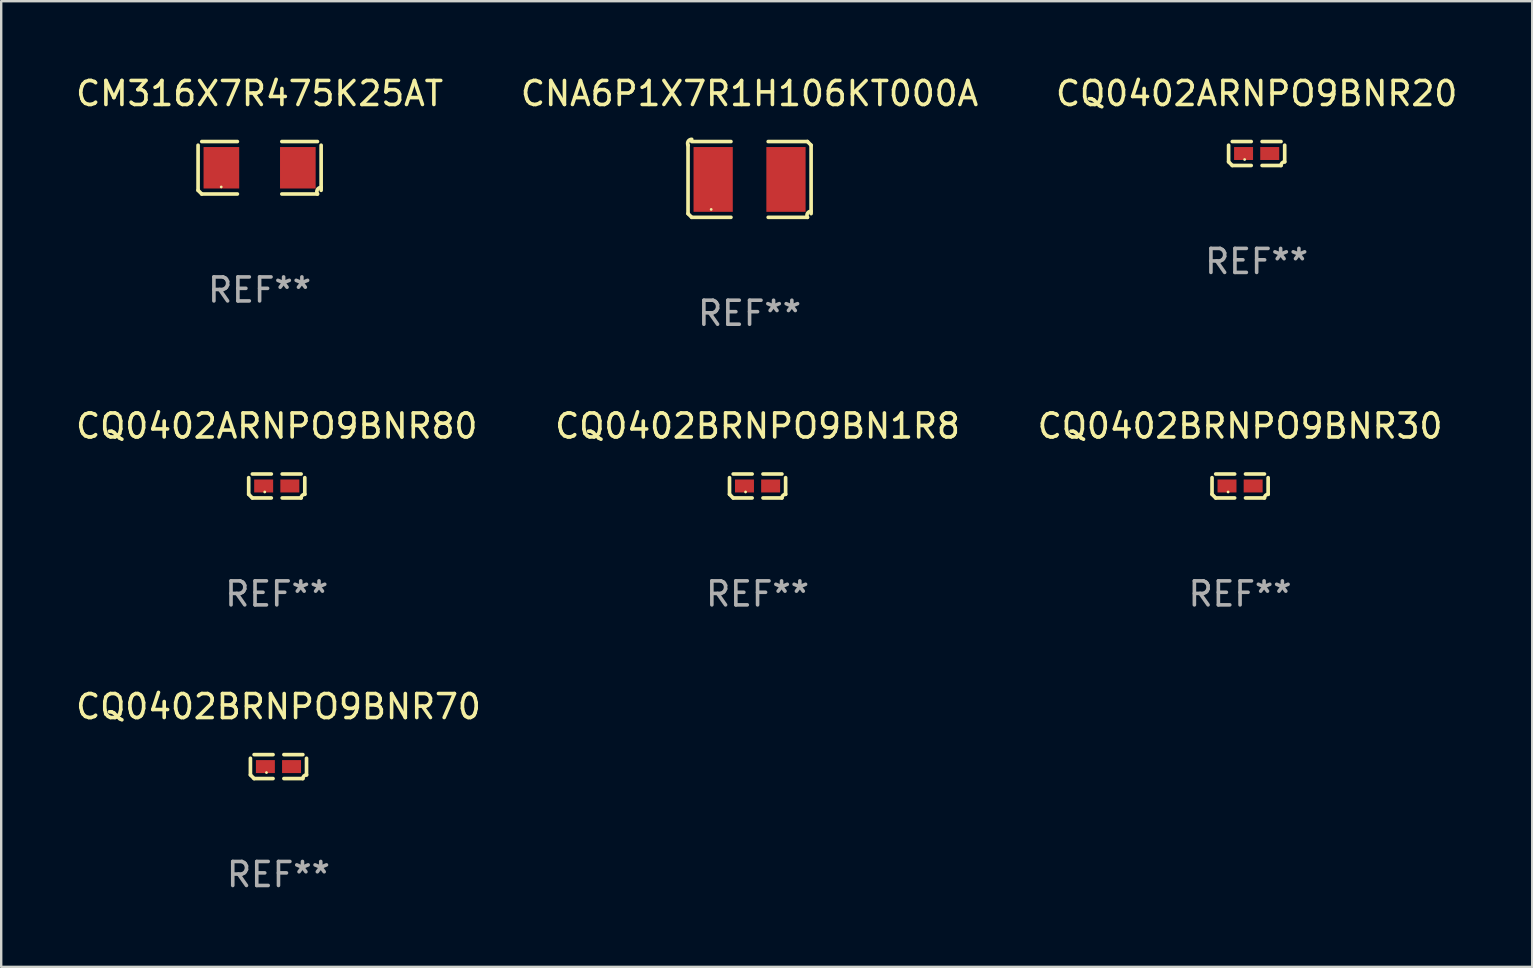
<source format=kicad_pcb>
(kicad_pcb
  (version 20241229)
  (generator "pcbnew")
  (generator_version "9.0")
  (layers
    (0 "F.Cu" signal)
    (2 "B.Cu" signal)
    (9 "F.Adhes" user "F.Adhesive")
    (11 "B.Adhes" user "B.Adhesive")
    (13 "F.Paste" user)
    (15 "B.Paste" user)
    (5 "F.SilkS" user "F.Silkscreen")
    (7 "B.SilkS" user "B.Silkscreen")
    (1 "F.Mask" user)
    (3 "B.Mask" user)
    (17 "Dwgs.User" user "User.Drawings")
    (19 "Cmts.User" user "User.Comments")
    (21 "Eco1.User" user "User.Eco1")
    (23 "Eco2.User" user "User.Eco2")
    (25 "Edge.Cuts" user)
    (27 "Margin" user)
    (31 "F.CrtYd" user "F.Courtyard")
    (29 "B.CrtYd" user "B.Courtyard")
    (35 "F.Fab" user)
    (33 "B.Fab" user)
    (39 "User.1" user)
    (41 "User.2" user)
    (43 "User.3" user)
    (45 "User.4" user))
  (footprint "CM316X7R475K25AT"
    (layer "F.Cu")
    (at 7.768 3.941)
    (property "Reference" "CM316X7R475K25AT" (at 0 -3.093 0) (layer "F.SilkS") (effects (font (size 1 1) (thickness 0.15))))
    (attr through_hole)
    (fp_line (start -2.564 0.94) (end -2.564 -0.94) (stroke (width 0.152) (type solid)) (layer "F.SilkS"))
    (fp_line (start -2.411 -1.093) (end -0.926 -1.093) (stroke (width 0.152) (type solid)) (layer "F.SilkS"))
    (fp_line (start -0.926 1.093) (end -2.411 1.093) (stroke (width 0.152) (type solid)) (layer "F.SilkS"))
    (fp_line (start 0.926 1.093) (end 2.411 1.093) (stroke (width 0.152) (type solid)) (layer "F.SilkS"))
    (fp_line (start 2.411 -1.093) (end 0.926 -1.093) (stroke (width 0.152) (type solid)) (layer "F.SilkS"))
    (fp_line (start 2.564 0.94) (end 2.564 -0.94) (stroke (width 0.152) (type solid)) (layer "F.SilkS"))
    (fp_arc (start -2.411201 1.092609) (mid -2.487413 1.01642) (end -2.563602 0.940208) (stroke (width 0.1524) (type solid)) (layer "F.SilkS"))
    (fp_arc (start 2.411201 1.092609) (mid 2.407159 0.911226) (end 2.563602 0.819347) (stroke (width 0.1524) (type solid)) (layer "F.SilkS"))
    (fp_circle (center -1.6 0.8) (end -1.57 0.8) (stroke (width 0.06) (type solid)) (fill no) (layer "F.SilkS"))
    (fp_text user "REF**" (at 0 5.093 0) (layer "F.Fab") (effects (font (size 1 1) (thickness 0.15))))
    (pad "1" smd rect (at -1.593 0) (size 1.485 1.728) (layers "F.Cu" "F.Mask" "F.Paste"))
    (pad "2" smd rect (at 1.593 0) (size 1.485 1.728) (layers "F.Cu" "F.Mask" "F.Paste")))
  (footprint "CQ0402ARNPO9BNR20"
    (layer "F.Cu")
    (at 49.315 3.347)
    (property "Reference" "CQ0402ARNPO9BNR20" (at 0 -2.499 0) (layer "F.SilkS") (effects (font (size 1 1) (thickness 0.15))))
    (attr through_hole)
    (fp_line (start -1.169 0.346) (end -1.169 -0.346) (stroke (width 0.152) (type solid)) (layer "F.SilkS"))
    (fp_line (start -1.016 -0.499) (end -0.226 -0.499) (stroke (width 0.152) (type solid)) (layer "F.SilkS"))
    (fp_line (start -0.226 0.499) (end -1.016 0.499) (stroke (width 0.152) (type solid)) (layer "F.SilkS"))
    (fp_line (start 0.226 0.499) (end 1.016 0.499) (stroke (width 0.152) (type solid)) (layer "F.SilkS"))
    (fp_line (start 1.016 -0.499) (end 0.226 -0.499) (stroke (width 0.152) (type solid)) (layer "F.SilkS"))
    (fp_line (start 1.169 0.346) (end 1.169 -0.346) (stroke (width 0.152) (type solid)) (layer "F.SilkS"))
    (fp_arc (start -1.016307 0.498603) (mid -1.092512 0.422405) (end -1.16871 0.3462) (stroke (width 0.1524) (type solid)) (layer "F.SilkS"))
    (fp_arc (start 1.016307 0.498603) (mid 1.060899 0.390758) (end 1.168707 0.346076) (stroke (width 0.1524) (type solid)) (layer "F.SilkS"))
    (fp_circle (center -0.5 0.25) (end -0.47 0.25) (stroke (width 0.06) (type solid)) (fill no) (layer "F.SilkS"))
    (fp_text user "REF**" (at 0 4.499 0) (layer "F.Fab") (effects (font (size 1 1) (thickness 0.15))))
    (pad "1" smd rect (at -0.545 0) (size 0.79 0.54) (layers "F.Cu" "F.Mask" "F.Paste"))
    (pad "2" smd rect (at 0.545 0) (size 0.79 0.54) (layers "F.Cu" "F.Mask" "F.Paste")))
  (footprint "CQ0402BRNPO9BNR30"
    (layer "F.Cu")
    (at 48.625 17.201)
    (property "Reference" "CQ0402BRNPO9BNR30" (at 0 -2.499 0) (layer "F.SilkS") (effects (font (size 1 1) (thickness 0.15))))
    (attr through_hole)
    (fp_line (start -1.169 0.346) (end -1.169 -0.346) (stroke (width 0.152) (type solid)) (layer "F.SilkS"))
    (fp_line (start -1.016 -0.499) (end -0.226 -0.499) (stroke (width 0.152) (type solid)) (layer "F.SilkS"))
    (fp_line (start -0.226 0.499) (end -1.016 0.499) (stroke (width 0.152) (type solid)) (layer "F.SilkS"))
    (fp_line (start 0.226 0.499) (end 1.016 0.499) (stroke (width 0.152) (type solid)) (layer "F.SilkS"))
    (fp_line (start 1.016 -0.499) (end 0.226 -0.499) (stroke (width 0.152) (type solid)) (layer "F.SilkS"))
    (fp_line (start 1.169 0.346) (end 1.169 -0.346) (stroke (width 0.152) (type solid)) (layer "F.SilkS"))
    (fp_arc (start -1.016307 0.498603) (mid -1.092512 0.422405) (end -1.16871 0.3462) (stroke (width 0.1524) (type solid)) (layer "F.SilkS"))
    (fp_arc (start 1.016307 0.498603) (mid 1.060899 0.390758) (end 1.168707 0.346076) (stroke (width 0.1524) (type solid)) (layer "F.SilkS"))
    (fp_circle (center -0.5 0.25) (end -0.47 0.25) (stroke (width 0.06) (type solid)) (fill no) (layer "F.SilkS"))
    (fp_text user "REF**" (at 0 4.499 0) (layer "F.Fab") (effects (font (size 1 1) (thickness 0.15))))
    (pad "1" smd rect (at -0.545 0) (size 0.79 0.54) (layers "F.Cu" "F.Mask" "F.Paste"))
    (pad "2" smd rect (at 0.545 0) (size 0.79 0.54) (layers "F.Cu" "F.Mask" "F.Paste")))
  (footprint "CNA6P1X7R1H106KT000A"
    (layer "F.Cu")
    (at 28.185 4.427)
    (property "Reference" "CNA6P1X7R1H106KT000A" (at 0 -3.579 0) (layer "F.SilkS") (effects (font (size 1 1) (thickness 0.15))))
    (attr through_hole)
    (fp_line (start -2.564 1.426) (end -2.564 -1.426) (stroke (width 0.152) (type solid)) (layer "F.SilkS"))
    (fp_line (start -2.411 -1.579) (end -0.776 -1.579) (stroke (width 0.152) (type solid)) (layer "F.SilkS"))
    (fp_line (start -0.776 1.579) (end -2.411 1.579) (stroke (width 0.152) (type solid)) (layer "F.SilkS"))
    (fp_line (start 0.776 1.579) (end 2.411 1.579) (stroke (width 0.152) (type solid)) (layer "F.SilkS"))
    (fp_line (start 2.411 -1.579) (end 0.776 -1.579) (stroke (width 0.152) (type solid)) (layer "F.SilkS"))
    (fp_line (start 2.564 1.426) (end 2.564 -1.426) (stroke (width 0.152) (type solid)) (layer "F.SilkS"))
    (fp_arc (start -2.563602 -1.426213) (mid -2.555597 -1.591233) (end -2.411201 -1.671518) (stroke (width 0.1524) (type solid)) (layer "F.SilkS"))
    (fp_arc (start -2.5636 1.426214) (mid -2.487389 1.502402) (end -2.411201 1.578613) (stroke (width 0.1524) (type solid)) (layer "F.SilkS"))
    (fp_arc (start 2.411197 -1.578618) (mid 2.487403 -1.502419) (end 2.563602 -1.426213) (stroke (width 0.1524) (type solid)) (layer "F.SilkS"))
    (fp_arc (start 2.411201 1.578613) (mid 2.416214 1.409455) (end 2.563602 1.32629) (stroke (width 0.1524) (type solid)) (layer "F.SilkS"))
    (fp_circle (center -1.6 1.25) (end -1.57 1.25) (stroke (width 0.06) (type solid)) (fill no) (layer "F.SilkS"))
    (fp_text user "REF**" (at 0 5.579 0) (layer "F.Fab") (effects (font (size 1 1) (thickness 0.15))))
    (pad "1" smd rect (at -1.517 0) (size 1.635 2.7) (layers "F.Cu" "F.Mask" "F.Paste"))
    (pad "2" smd rect (at 1.517 0) (size 1.635 2.7) (layers "F.Cu" "F.Mask" "F.Paste")))
  (footprint "CQ0402ARNPO9BNR80"
    (layer "F.Cu")
    (at 8.482 17.201)
    (property "Reference" "CQ0402ARNPO9BNR80" (at 0 -2.499 0) (layer "F.SilkS") (effects (font (size 1 1) (thickness 0.15))))
    (attr through_hole)
    (fp_line (start -1.169 0.346) (end -1.169 -0.346) (stroke (width 0.152) (type solid)) (layer "F.SilkS"))
    (fp_line (start -1.016 -0.499) (end -0.226 -0.499) (stroke (width 0.152) (type solid)) (layer "F.SilkS"))
    (fp_line (start -0.226 0.499) (end -1.016 0.499) (stroke (width 0.152) (type solid)) (layer "F.SilkS"))
    (fp_line (start 0.226 0.499) (end 1.016 0.499) (stroke (width 0.152) (type solid)) (layer "F.SilkS"))
    (fp_line (start 1.016 -0.499) (end 0.226 -0.499) (stroke (width 0.152) (type solid)) (layer "F.SilkS"))
    (fp_line (start 1.169 0.346) (end 1.169 -0.346) (stroke (width 0.152) (type solid)) (layer "F.SilkS"))
    (fp_arc (start -1.016307 0.498603) (mid -1.092512 0.422405) (end -1.16871 0.3462) (stroke (width 0.1524) (type solid)) (layer "F.SilkS"))
    (fp_arc (start 1.016307 0.498603) (mid 1.060899 0.390758) (end 1.168707 0.346076) (stroke (width 0.1524) (type solid)) (layer "F.SilkS"))
    (fp_circle (center -0.5 0.25) (end -0.47 0.25) (stroke (width 0.06) (type solid)) (fill no) (layer "F.SilkS"))
    (fp_text user "REF**" (at 0 4.499 0) (layer "F.Fab") (effects (font (size 1 1) (thickness 0.15))))
    (pad "1" smd rect (at -0.545 0) (size 0.79 0.54) (layers "F.Cu" "F.Mask" "F.Paste"))
    (pad "2" smd rect (at 0.545 0) (size 0.79 0.54) (layers "F.Cu" "F.Mask" "F.Paste")))
  (footprint "CQ0402BRNPO9BNR70"
    (layer "F.Cu")
    (at 8.554 28.894)
    (property "Reference" "CQ0402BRNPO9BNR70" (at 0 -2.499 0) (layer "F.SilkS") (effects (font (size 1 1) (thickness 0.15))))
    (attr through_hole)
    (fp_line (start -1.169 0.346) (end -1.169 -0.346) (stroke (width 0.152) (type solid)) (layer "F.SilkS"))
    (fp_line (start -1.016 -0.499) (end -0.226 -0.499) (stroke (width 0.152) (type solid)) (layer "F.SilkS"))
    (fp_line (start -0.226 0.499) (end -1.016 0.499) (stroke (width 0.152) (type solid)) (layer "F.SilkS"))
    (fp_line (start 0.226 0.499) (end 1.016 0.499) (stroke (width 0.152) (type solid)) (layer "F.SilkS"))
    (fp_line (start 1.016 -0.499) (end 0.226 -0.499) (stroke (width 0.152) (type solid)) (layer "F.SilkS"))
    (fp_line (start 1.169 0.346) (end 1.169 -0.346) (stroke (width 0.152) (type solid)) (layer "F.SilkS"))
    (fp_arc (start -1.016307 0.498603) (mid -1.092512 0.422405) (end -1.16871 0.3462) (stroke (width 0.1524) (type solid)) (layer "F.SilkS"))
    (fp_arc (start 1.016307 0.498603) (mid 1.060899 0.390758) (end 1.168707 0.346076) (stroke (width 0.1524) (type solid)) (layer "F.SilkS"))
    (fp_circle (center -0.5 0.25) (end -0.47 0.25) (stroke (width 0.06) (type solid)) (fill no) (layer "F.SilkS"))
    (fp_text user "REF**" (at 0 4.499 0) (layer "F.Fab") (effects (font (size 1 1) (thickness 0.15))))
    (pad "1" smd rect (at -0.545 0) (size 0.79 0.54) (layers "F.Cu" "F.Mask" "F.Paste"))
    (pad "2" smd rect (at 0.545 0) (size 0.79 0.54) (layers "F.Cu" "F.Mask" "F.Paste")))
  (footprint "CQ0402BRNPO9BN1R8"
    (layer "F.Cu")
    (at 28.518 17.201)
    (property "Reference" "CQ0402BRNPO9BN1R8" (at 0 -2.499 0) (layer "F.SilkS") (effects (font (size 1 1) (thickness 0.15))))
    (attr through_hole)
    (fp_line (start -1.169 0.346) (end -1.169 -0.346) (stroke (width 0.152) (type solid)) (layer "F.SilkS"))
    (fp_line (start -1.016 -0.499) (end -0.226 -0.499) (stroke (width 0.152) (type solid)) (layer "F.SilkS"))
    (fp_line (start -0.226 0.499) (end -1.016 0.499) (stroke (width 0.152) (type solid)) (layer "F.SilkS"))
    (fp_line (start 0.226 0.499) (end 1.016 0.499) (stroke (width 0.152) (type solid)) (layer "F.SilkS"))
    (fp_line (start 1.016 -0.499) (end 0.226 -0.499) (stroke (width 0.152) (type solid)) (layer "F.SilkS"))
    (fp_line (start 1.169 0.346) (end 1.169 -0.346) (stroke (width 0.152) (type solid)) (layer "F.SilkS"))
    (fp_arc (start -1.016307 0.498603) (mid -1.092512 0.422405) (end -1.16871 0.3462) (stroke (width 0.1524) (type solid)) (layer "F.SilkS"))
    (fp_arc (start 1.016307 0.498603) (mid 1.060899 0.390758) (end 1.168707 0.346076) (stroke (width 0.1524) (type solid)) (layer "F.SilkS"))
    (fp_circle (center -0.5 0.25) (end -0.47 0.25) (stroke (width 0.06) (type solid)) (fill no) (layer "F.SilkS"))
    (fp_text user "REF**" (at 0 4.499 0) (layer "F.Fab") (effects (font (size 1 1) (thickness 0.15))))
    (pad "1" smd rect (at -0.545 0) (size 0.79 0.54) (layers "F.Cu" "F.Mask" "F.Paste"))
    (pad "2" smd rect (at 0.545 0) (size 0.79 0.54) (layers "F.Cu" "F.Mask" "F.Paste")))
  (gr_rect
    (start -3 -3)
    (end 60.798 37.241)
    (stroke (width 0.1) (type default))
    (fill no)
    (layer "Edge.Cuts")))
</source>
